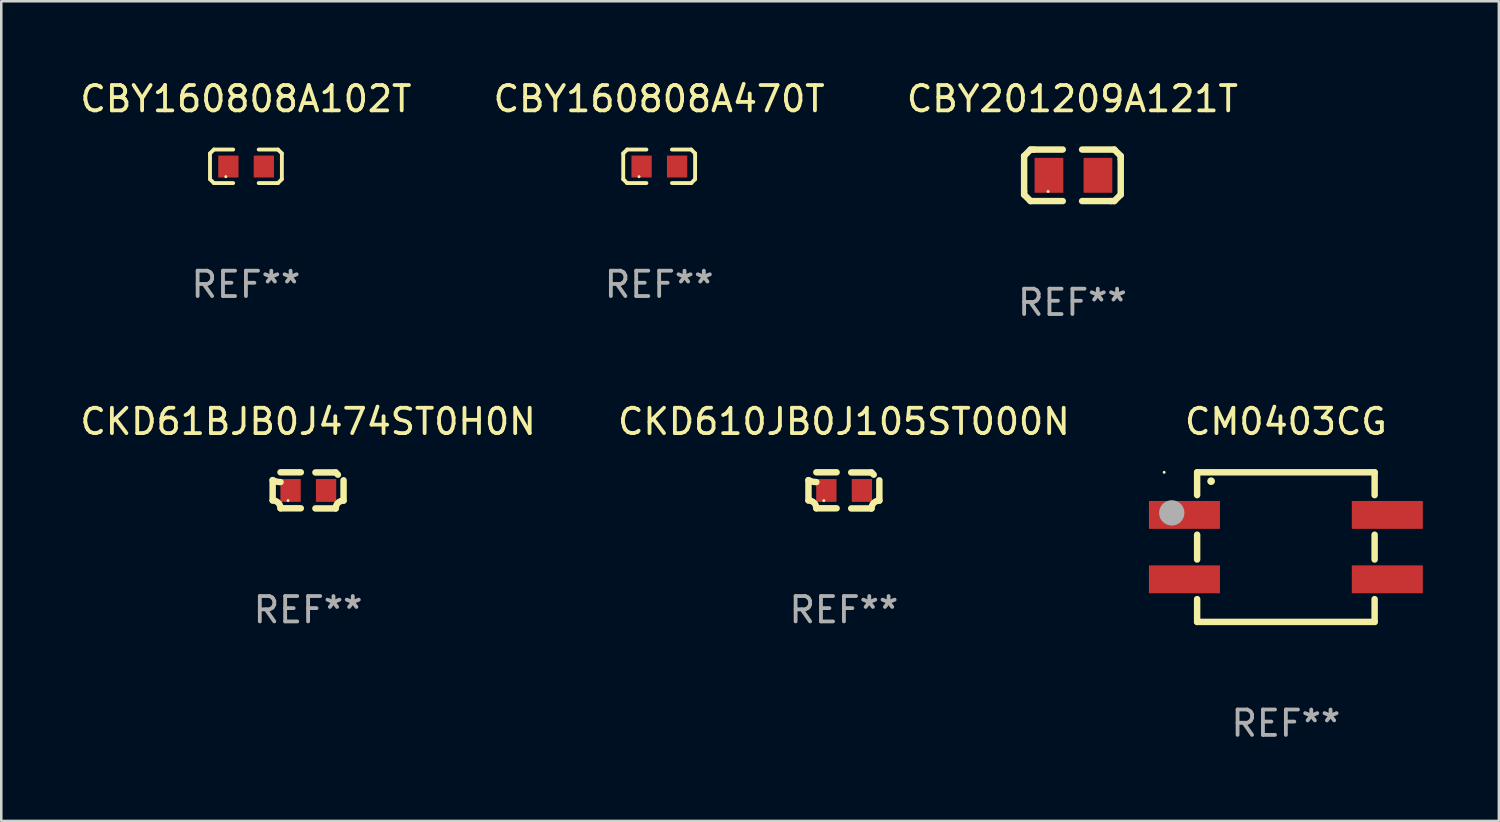
<source format=kicad_pcb>
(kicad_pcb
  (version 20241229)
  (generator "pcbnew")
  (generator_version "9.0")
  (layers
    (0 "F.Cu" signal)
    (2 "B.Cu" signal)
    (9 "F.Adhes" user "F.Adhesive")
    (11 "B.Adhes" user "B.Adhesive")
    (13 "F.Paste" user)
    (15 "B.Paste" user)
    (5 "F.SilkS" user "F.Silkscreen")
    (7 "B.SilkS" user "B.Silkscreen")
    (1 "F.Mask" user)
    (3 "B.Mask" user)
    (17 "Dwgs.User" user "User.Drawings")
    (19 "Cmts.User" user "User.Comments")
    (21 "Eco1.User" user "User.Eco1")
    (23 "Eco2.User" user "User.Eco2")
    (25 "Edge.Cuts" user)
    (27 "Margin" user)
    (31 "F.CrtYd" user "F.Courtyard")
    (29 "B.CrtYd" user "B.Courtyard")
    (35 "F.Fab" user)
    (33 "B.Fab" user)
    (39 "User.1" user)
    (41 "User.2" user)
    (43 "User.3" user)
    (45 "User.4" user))
  (footprint "CM0403CG"
    (layer "F.Cu")
    (at 47.662 18.527)
    (property "Reference" "CM0403CG" (at 0 -4.95 0) (layer "F.SilkS") (effects (font (size 1 1) (thickness 0.15))))
    (attr through_hole)
    (fp_line (start -3.5 -2.95) (end 3.5 -2.95) (stroke (width 0.254) (type solid)) (layer "F.SilkS"))
    (fp_line (start -3.5 -2.051) (end -3.5 -2.95) (stroke (width 0.254) (type solid)) (layer "F.SilkS"))
    (fp_line (start -3.5 0.489) (end -3.5 -0.489) (stroke (width 0.254) (type solid)) (layer "F.SilkS"))
    (fp_line (start -3.5 2.95) (end -3.5 2.051) (stroke (width 0.254) (type solid)) (layer "F.SilkS"))
    (fp_line (start 3.5 -2.95) (end 3.5 -2.051) (stroke (width 0.254) (type solid)) (layer "F.SilkS"))
    (fp_line (start 3.5 -0.489) (end 3.5 0.489) (stroke (width 0.254) (type solid)) (layer "F.SilkS"))
    (fp_line (start 3.5 2.051) (end 3.5 2.95) (stroke (width 0.254) (type solid)) (layer "F.SilkS"))
    (fp_line (start 3.5 2.95) (end -3.5 2.95) (stroke (width 0.254) (type solid)) (layer "F.SilkS"))
    (fp_arc (start -2.949987 -2.600013) (mid -2.948717 -2.600018) (end -2.947447 -2.600013) (stroke (width 0.3) (type solid)) (layer "F.SilkS"))
    (fp_circle (center -4.8 -2.95) (end -4.77 -2.95) (stroke (width 0.06) (type solid)) (fill no) (layer "F.SilkS"))
    (fp_circle (center -4.5 -1.35) (end -4.25 -1.35) (stroke (width 0.5) (type solid)) (fill no) (layer "F.Fab"))
    (fp_text user "REF**" (at 0 6.95 0) (layer "F.Fab") (effects (font (size 1 1) (thickness 0.15))))
    (pad "1" smd rect (at -4 -1.27) (size 2.8 1.1) (layers "F.Cu" "F.Mask" "F.Paste"))
    (pad "2" smd rect (at -4 1.27) (size 2.8 1.1) (layers "F.Cu" "F.Mask" "F.Paste"))
    (pad "3" smd rect (at 4 1.27) (size 2.8 1.1) (layers "F.Cu" "F.Mask" "F.Paste"))
    (pad "4" smd rect (at 4 -1.27) (size 2.8 1.1) (layers "F.Cu" "F.Mask" "F.Paste")))
  (footprint "CBY160808A102T"
    (layer "F.Cu")
    (at 6.649 3.509)
    (property "Reference" "CBY160808A102T" (at 0 -2.661 0) (layer "F.SilkS") (effects (font (size 1 1) (thickness 0.15))))
    (attr through_hole)
    (fp_line (start -1.417 -0.508) (end -1.265 -0.661) (stroke (width 0.152) (type solid)) (layer "F.SilkS"))
    (fp_line (start -1.417 0.508) (end -1.417 -0.508) (stroke (width 0.152) (type solid)) (layer "F.SilkS"))
    (fp_line (start -1.265 -0.661) (end -0.503 -0.661) (stroke (width 0.152) (type solid)) (layer "F.SilkS"))
    (fp_line (start -1.265 0.661) (end -1.417 0.508) (stroke (width 0.152) (type solid)) (layer "F.SilkS"))
    (fp_line (start -1.265 0.661) (end -0.503 0.661) (stroke (width 0.152) (type solid)) (layer "F.SilkS"))
    (fp_line (start 1.265 -0.661) (end 0.503 -0.661) (stroke (width 0.152) (type solid)) (layer "F.SilkS"))
    (fp_line (start 1.265 -0.661) (end 1.417 -0.508) (stroke (width 0.152) (type solid)) (layer "F.SilkS"))
    (fp_line (start 1.265 0.661) (end 0.503 0.661) (stroke (width 0.152) (type solid)) (layer "F.SilkS"))
    (fp_line (start 1.417 -0.508) (end 1.417 0.508) (stroke (width 0.152) (type solid)) (layer "F.SilkS"))
    (fp_line (start 1.417 0.508) (end 1.265 0.661) (stroke (width 0.152) (type solid)) (layer "F.SilkS"))
    (fp_circle (center -0.793 0.409) (end -0.763 0.409) (stroke (width 0.06) (type solid)) (fill no) (layer "F.SilkS"))
    (fp_text user "REF**" (at 0 4.661 0) (layer "F.Fab") (effects (font (size 1 1) (thickness 0.15))))
    (pad "1" smd rect (at -0.693 0.009 180) (size 0.8 0.864) (layers "F.Cu" "F.Mask" "F.Paste"))
    (pad "2" smd rect (at 0.707 0.009 180) (size 0.8 0.864) (layers "F.Cu" "F.Mask" "F.Paste")))
  (footprint "CBY160808A470T"
    (layer "F.Cu")
    (at 22.946 3.509)
    (property "Reference" "CBY160808A470T" (at 0 -2.661 0) (layer "F.SilkS") (effects (font (size 1 1) (thickness 0.15))))
    (attr through_hole)
    (fp_line (start -1.417 -0.508) (end -1.265 -0.661) (stroke (width 0.152) (type solid)) (layer "F.SilkS"))
    (fp_line (start -1.417 0.508) (end -1.417 -0.508) (stroke (width 0.152) (type solid)) (layer "F.SilkS"))
    (fp_line (start -1.265 -0.661) (end -0.503 -0.661) (stroke (width 0.152) (type solid)) (layer "F.SilkS"))
    (fp_line (start -1.265 0.661) (end -1.417 0.508) (stroke (width 0.152) (type solid)) (layer "F.SilkS"))
    (fp_line (start -1.265 0.661) (end -0.503 0.661) (stroke (width 0.152) (type solid)) (layer "F.SilkS"))
    (fp_line (start 1.265 -0.661) (end 0.503 -0.661) (stroke (width 0.152) (type solid)) (layer "F.SilkS"))
    (fp_line (start 1.265 -0.661) (end 1.417 -0.508) (stroke (width 0.152) (type solid)) (layer "F.SilkS"))
    (fp_line (start 1.265 0.661) (end 0.503 0.661) (stroke (width 0.152) (type solid)) (layer "F.SilkS"))
    (fp_line (start 1.417 -0.508) (end 1.417 0.508) (stroke (width 0.152) (type solid)) (layer "F.SilkS"))
    (fp_line (start 1.417 0.508) (end 1.265 0.661) (stroke (width 0.152) (type solid)) (layer "F.SilkS"))
    (fp_circle (center -0.793 0.409) (end -0.763 0.409) (stroke (width 0.06) (type solid)) (fill no) (layer "F.SilkS"))
    (fp_text user "REF**" (at 0 4.661 0) (layer "F.Fab") (effects (font (size 1 1) (thickness 0.15))))
    (pad "1" smd rect (at -0.693 0.009 180) (size 0.8 0.864) (layers "F.Cu" "F.Mask" "F.Paste"))
    (pad "2" smd rect (at 0.707 0.009 180) (size 0.8 0.864) (layers "F.Cu" "F.Mask" "F.Paste")))
  (footprint "CBY201209A121T"
    (layer "F.Cu")
    (at 39.244 3.864)
    (property "Reference" "CBY201209A121T" (at 0 -3.016 0) (layer "F.SilkS") (effects (font (size 1 1) (thickness 0.15))))
    (attr through_hole)
    (fp_line (start -1.905 -0.762) (end -1.905 0.635) (stroke (width 0.254) (type solid)) (layer "F.SilkS"))
    (fp_line (start -1.905 0.635) (end -1.905 0.762) (stroke (width 0.254) (type solid)) (layer "F.SilkS"))
    (fp_line (start -1.905 0.762) (end -1.651 1.016) (stroke (width 0.254) (type solid)) (layer "F.SilkS"))
    (fp_line (start -1.651 -1.016) (end -1.905 -0.762) (stroke (width 0.254) (type solid)) (layer "F.SilkS"))
    (fp_line (start -1.651 1.016) (end -0.381 1.016) (stroke (width 0.254) (type solid)) (layer "F.SilkS"))
    (fp_line (start -1.524 -1.016) (end -1.651 -1.016) (stroke (width 0.254) (type solid)) (layer "F.SilkS"))
    (fp_line (start -0.381 -1.016) (end -1.524 -1.016) (stroke (width 0.254) (type solid)) (layer "F.SilkS"))
    (fp_line (start 0.381 1.016) (end 1.524 1.016) (stroke (width 0.254) (type solid)) (layer "F.SilkS"))
    (fp_line (start 1.524 1.016) (end 1.651 1.016) (stroke (width 0.254) (type solid)) (layer "F.SilkS"))
    (fp_line (start 1.651 -1.016) (end 0.381 -1.016) (stroke (width 0.254) (type solid)) (layer "F.SilkS"))
    (fp_line (start 1.651 1.016) (end 1.905 0.762) (stroke (width 0.254) (type solid)) (layer "F.SilkS"))
    (fp_line (start 1.905 -0.762) (end 1.651 -1.016) (stroke (width 0.254) (type solid)) (layer "F.SilkS"))
    (fp_line (start 1.905 -0.635) (end 1.905 -0.762) (stroke (width 0.254) (type solid)) (layer "F.SilkS"))
    (fp_line (start 1.905 0.762) (end 1.905 -0.635) (stroke (width 0.254) (type solid)) (layer "F.SilkS"))
    (fp_circle (center -0.96 0.637) (end -0.93 0.637) (stroke (width 0.06) (type solid)) (fill no) (layer "F.SilkS"))
    (fp_text user "REF**" (at 0 5.016 0) (layer "F.Fab") (effects (font (size 1 1) (thickness 0.15))))
    (pad "1" smd rect (at -0.926 -0.000051) (size 1.133 1.377) (layers "F.Cu" "F.Mask" "F.Paste"))
    (pad "2" smd rect (at 1.006 -0.000051) (size 1.133 1.377) (layers "F.Cu" "F.Mask" "F.Paste")))
  (footprint "CKD610JB0J105ST000N"
    (layer "F.Cu")
    (at 30.232 16.289)
    (property "Reference" "CKD610JB0J105ST000N" (at 0 -2.713 0) (layer "F.SilkS") (effects (font (size 1 1) (thickness 0.15))))
    (attr through_hole)
    (fp_line (start -1.398 -0.403) (end -1.398 0.397) (stroke (width 0.254) (type solid)) (layer "F.SilkS"))
    (fp_line (start -0.288 -0.713) (end -1.088 -0.713) (stroke (width 0.254) (type solid)) (layer "F.SilkS"))
    (fp_line (start -0.288 0.707) (end -1.088 0.707) (stroke (width 0.254) (type solid)) (layer "F.SilkS"))
    (fp_line (start 0.288 -0.707) (end 1.088 -0.707) (stroke (width 0.254) (type solid)) (layer "F.SilkS"))
    (fp_line (start 0.288 0.713) (end 1.088 0.713) (stroke (width 0.254) (type solid)) (layer "F.SilkS"))
    (fp_line (start 1.398 -0.397) (end 1.398 0.403) (stroke (width 0.254) (type solid)) (layer "F.SilkS"))
    (fp_arc (start -1.397789 0.397066) (mid -1.178701 0.487826) (end -1.08796 0.706922) (stroke (width 0.254001) (type solid)) (layer "F.SilkS"))
    (fp_arc (start -1.08796 -0.327176) (mid -1.247436 -0.346384) (end -1.39779 -0.402908) (stroke (width 0.254001) (type solid)) (layer "F.SilkS"))
    (fp_arc (start 1.087909 0.712738) (mid 1.178656 0.493655) (end 1.397739 0.402908) (stroke (width 0.254001) (type solid)) (layer "F.SilkS"))
    (fp_arc (start 1.175925 -0.618926) (mid 1.131917 -0.662923) (end 1.08791 -0.706922) (stroke (width 0.254001) (type solid)) (layer "F.SilkS"))
    (fp_circle (center -0.792 0.403) (end -0.762 0.403) (stroke (width 0.06) (type solid)) (fill no) (layer "F.SilkS"))
    (fp_text user "REF**" (at 0 4.713 0) (layer "F.Fab") (effects (font (size 1 1) (thickness 0.15))))
    (pad "1" smd rect (at -0.692 0.003) (size 0.8 0.9) (layers "F.Cu" "F.Mask" "F.Paste"))
    (pad "2" smd rect (at 0.708 0.003) (size 0.8 0.9) (layers "F.Cu" "F.Mask" "F.Paste")))
  (footprint "CKD61BJB0J474ST0H0N"
    (layer "F.Cu")
    (at 9.101 16.289)
    (property "Reference" "CKD61BJB0J474ST0H0N" (at 0 -2.713 0) (layer "F.SilkS") (effects (font (size 1 1) (thickness 0.15))))
    (attr through_hole)
    (fp_line (start -1.398 -0.403) (end -1.398 0.397) (stroke (width 0.254) (type solid)) (layer "F.SilkS"))
    (fp_line (start -0.288 -0.713) (end -1.088 -0.713) (stroke (width 0.254) (type solid)) (layer "F.SilkS"))
    (fp_line (start -0.288 0.707) (end -1.088 0.707) (stroke (width 0.254) (type solid)) (layer "F.SilkS"))
    (fp_line (start 0.288 -0.707) (end 1.088 -0.707) (stroke (width 0.254) (type solid)) (layer "F.SilkS"))
    (fp_line (start 0.288 0.713) (end 1.088 0.713) (stroke (width 0.254) (type solid)) (layer "F.SilkS"))
    (fp_line (start 1.398 -0.397) (end 1.398 0.403) (stroke (width 0.254) (type solid)) (layer "F.SilkS"))
    (fp_arc (start -1.397789 0.397066) (mid -1.178701 0.487826) (end -1.08796 0.706922) (stroke (width 0.254001) (type solid)) (layer "F.SilkS"))
    (fp_arc (start -1.08796 -0.327176) (mid -1.247436 -0.346384) (end -1.39779 -0.402908) (stroke (width 0.254001) (type solid)) (layer "F.SilkS"))
    (fp_arc (start 1.087909 0.712738) (mid 1.178656 0.493655) (end 1.397739 0.402908) (stroke (width 0.254001) (type solid)) (layer "F.SilkS"))
    (fp_arc (start 1.175925 -0.618926) (mid 1.131917 -0.662923) (end 1.08791 -0.706922) (stroke (width 0.254001) (type solid)) (layer "F.SilkS"))
    (fp_circle (center -0.792 0.403) (end -0.762 0.403) (stroke (width 0.06) (type solid)) (fill no) (layer "F.SilkS"))
    (fp_text user "REF**" (at 0 4.713 0) (layer "F.Fab") (effects (font (size 1 1) (thickness 0.15))))
    (pad "1" smd rect (at -0.692 0.003) (size 0.8 0.9) (layers "F.Cu" "F.Mask" "F.Paste"))
    (pad "2" smd rect (at 0.708 0.003) (size 0.8 0.9) (layers "F.Cu" "F.Mask" "F.Paste")))
  (gr_rect
    (start -3 -3)
    (end 56.062 29.325)
    (stroke (width 0.1) (type default))
    (fill no)
    (layer "Edge.Cuts")))
</source>
